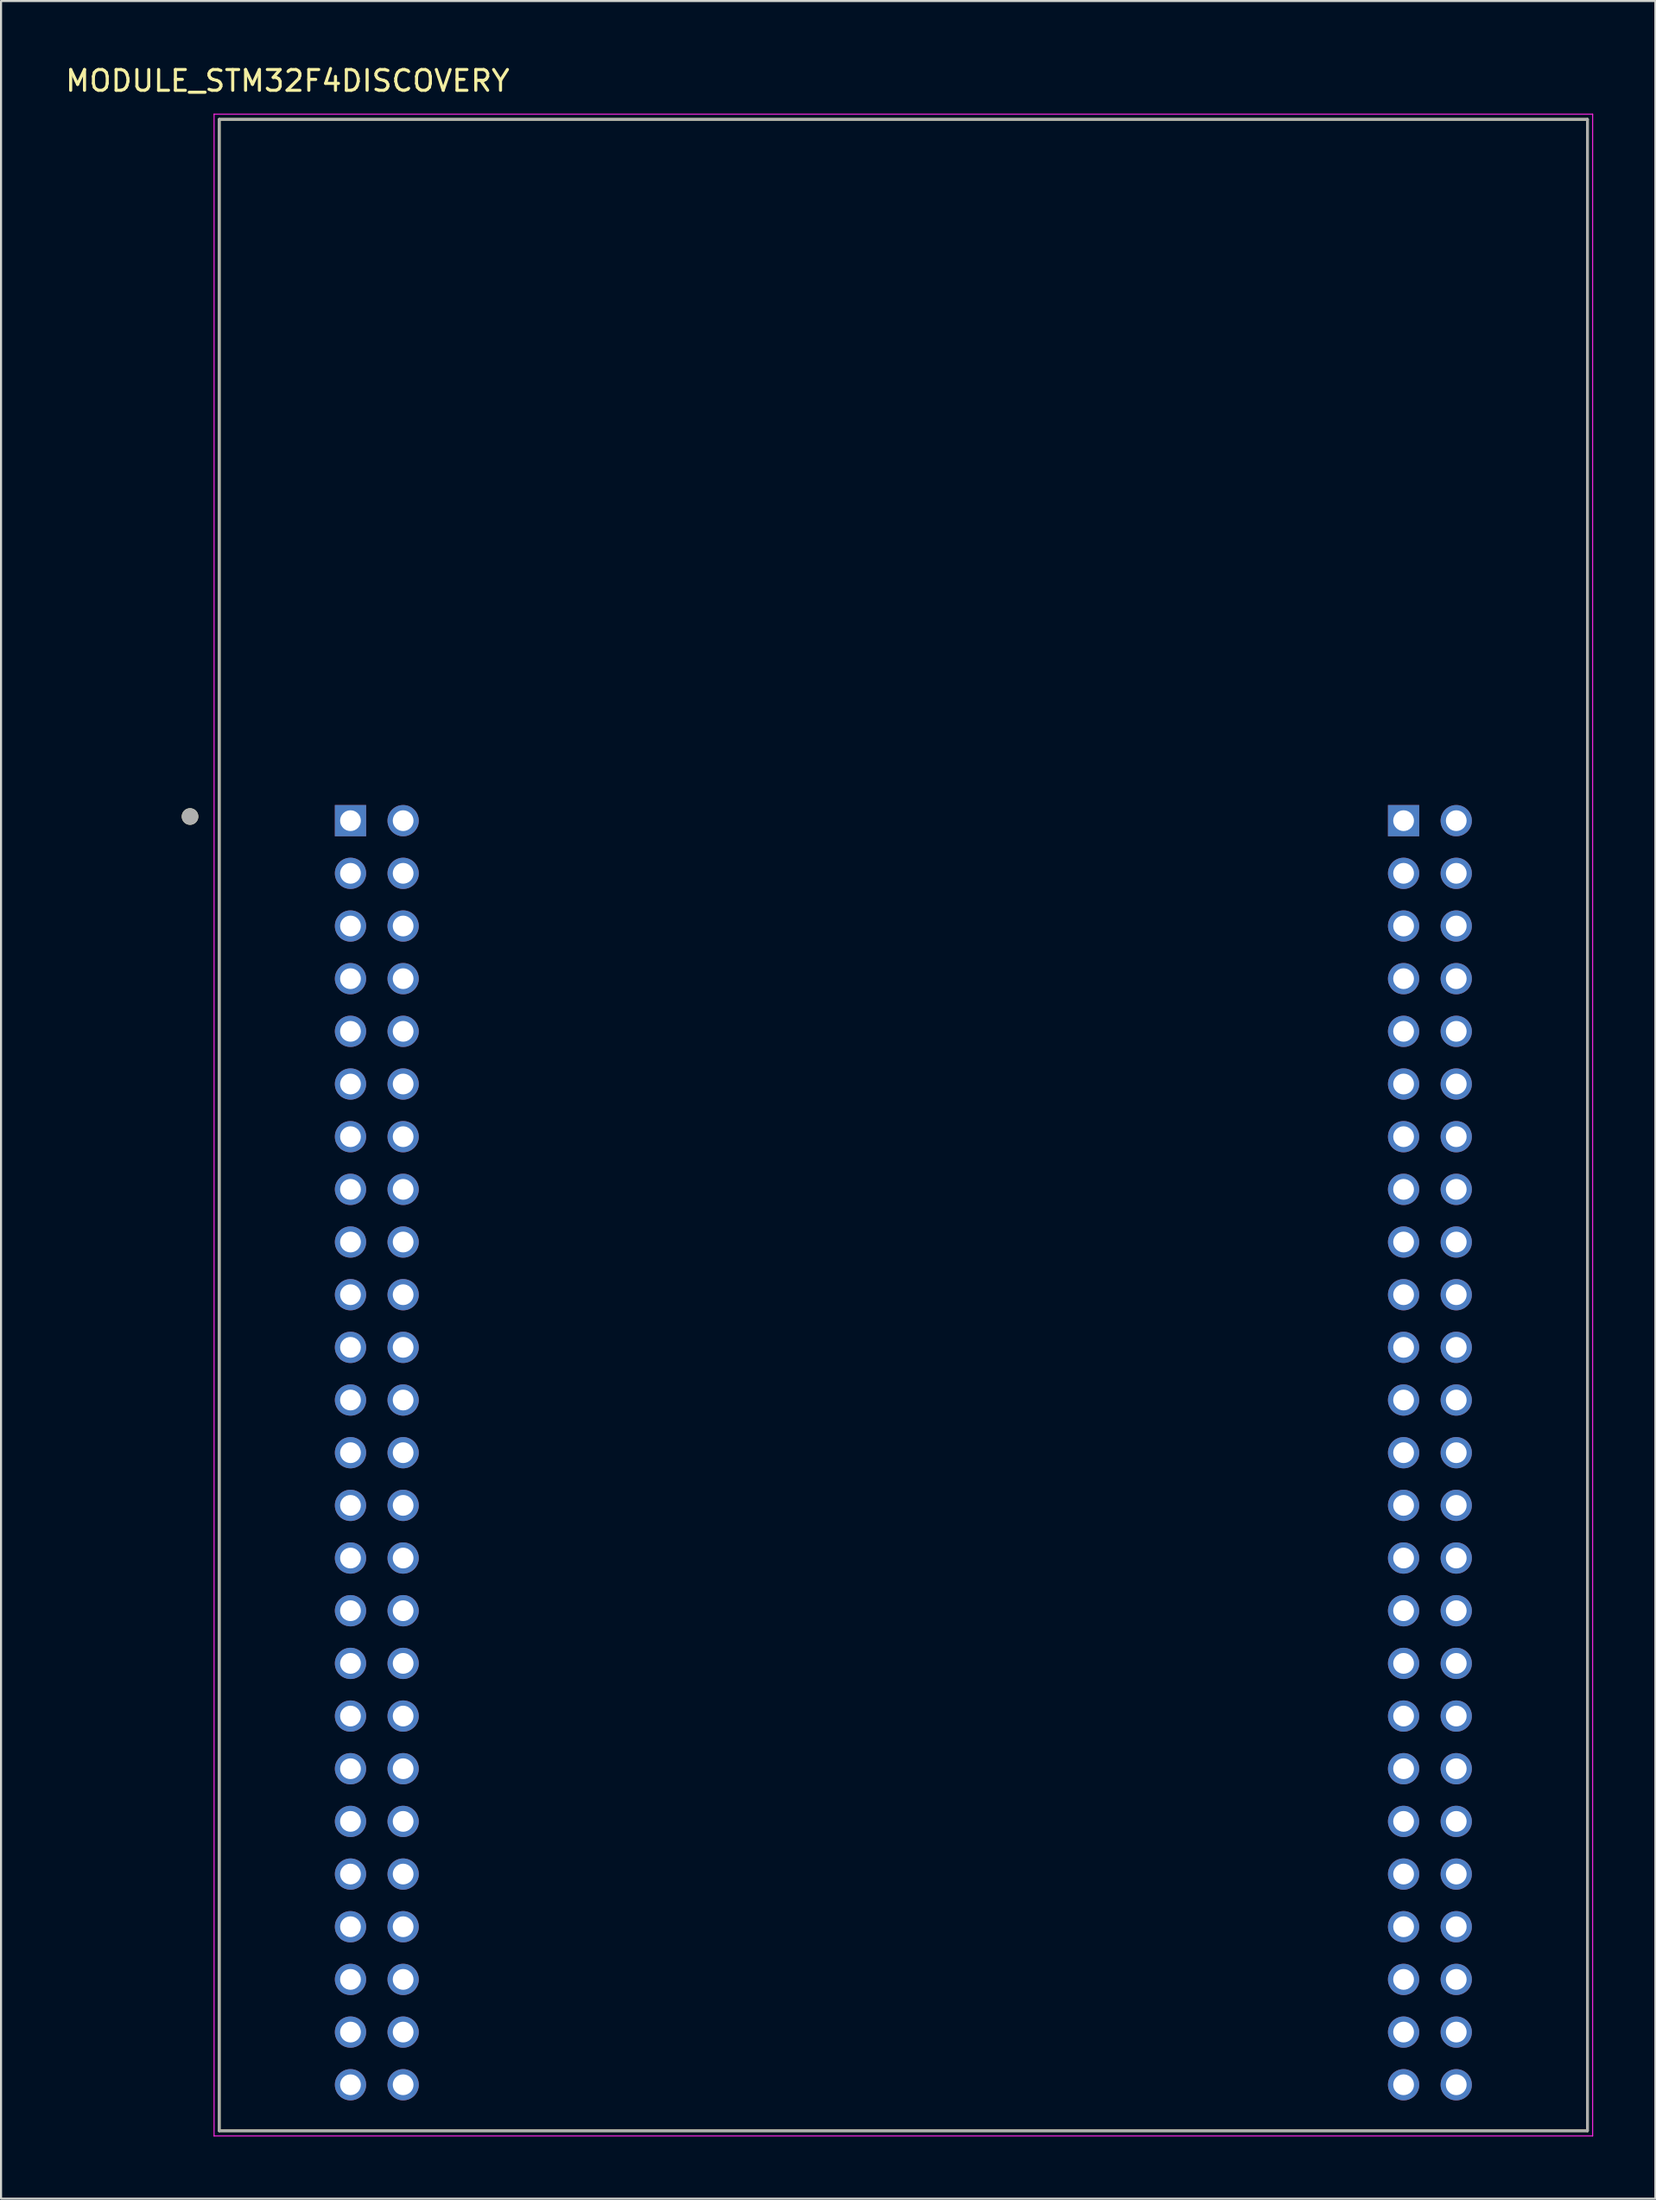
<source format=kicad_pcb>
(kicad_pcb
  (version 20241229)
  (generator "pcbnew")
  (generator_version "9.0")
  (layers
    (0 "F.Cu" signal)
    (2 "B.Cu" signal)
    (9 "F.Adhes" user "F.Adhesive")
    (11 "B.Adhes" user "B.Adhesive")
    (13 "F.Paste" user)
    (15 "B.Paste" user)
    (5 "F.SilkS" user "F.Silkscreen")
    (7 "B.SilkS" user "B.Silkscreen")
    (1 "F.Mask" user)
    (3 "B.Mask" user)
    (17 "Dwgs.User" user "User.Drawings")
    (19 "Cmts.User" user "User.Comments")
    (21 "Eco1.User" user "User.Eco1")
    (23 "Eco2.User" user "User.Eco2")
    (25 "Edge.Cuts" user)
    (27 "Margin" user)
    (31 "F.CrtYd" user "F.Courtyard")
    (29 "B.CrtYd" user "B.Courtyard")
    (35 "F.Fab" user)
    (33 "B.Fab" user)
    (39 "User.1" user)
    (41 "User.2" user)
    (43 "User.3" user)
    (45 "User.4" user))
  (footprint "MODULE_STM32F4DISCOVERY"
    (layer "F.Cu")
    (at 40.527 51.206)
    (property "Reference" "MODULE_STM32F4DISCOVERY" (at -29.705 -50.358 0) (layer "F.SilkS") (effects (font (size 1.001 1.001) (thickness 0.15))))
    (attr through_hole)
    (fp_line (start -33 -48.5) (end 33 -48.5) (stroke (width 0.127) (type solid)) (layer "F.SilkS"))
    (fp_line (start -33 48.5) (end -33 -48.5) (stroke (width 0.127) (type solid)) (layer "F.SilkS"))
    (fp_line (start -33 48.5) (end 33 48.5) (stroke (width 0.127) (type solid)) (layer "F.SilkS"))
    (fp_line (start 33 48.5) (end 33 -48.5) (stroke (width 0.127) (type solid)) (layer "F.SilkS"))
    (fp_circle (center -34.41 -14.88) (end -34.21 -14.88) (stroke (width 0.4) (type solid)) (fill no) (layer "F.SilkS"))
    (fp_line (start -33.25 -48.75) (end -33.25 48.75) (stroke (width 0.05) (type solid)) (layer "F.CrtYd"))
    (fp_line (start -33.25 48.75) (end 33.25 48.75) (stroke (width 0.05) (type solid)) (layer "F.CrtYd"))
    (fp_line (start 33.25 -48.75) (end -33.25 -48.75) (stroke (width 0.05) (type solid)) (layer "F.CrtYd"))
    (fp_line (start 33.25 48.75) (end 33.25 -48.75) (stroke (width 0.05) (type solid)) (layer "F.CrtYd"))
    (fp_line (start -33 -48.5) (end 33 -48.5) (stroke (width 0.127) (type solid)) (layer "F.Fab"))
    (fp_line (start -33 48.5) (end -33 -48.5) (stroke (width 0.127) (type solid)) (layer "F.Fab"))
    (fp_line (start -33 48.5) (end 33 48.5) (stroke (width 0.127) (type solid)) (layer "F.Fab"))
    (fp_line (start 33 48.5) (end 33 -48.5) (stroke (width 0.127) (type solid)) (layer "F.Fab"))
    (fp_circle (center -34.41 -14.88) (end -34.21 -14.88) (stroke (width 0.4) (type solid)) (fill no) (layer "F.Fab"))
    (pad "P1_1" thru_hole rect (at -26.67 -14.68) (size 1.508 1.508) (drill 1) (layers "*.Cu" "*.Mask"))
    (pad "P1_2" thru_hole circle (at -24.13 -14.68) (size 1.508 1.508) (drill 1) (layers "*.Cu" "*.Mask"))
    (pad "P1_3" thru_hole circle (at -26.67 -12.14) (size 1.508 1.508) (drill 1) (layers "*.Cu" "*.Mask"))
    (pad "P1_4" thru_hole circle (at -24.13 -12.14) (size 1.508 1.508) (drill 1) (layers "*.Cu" "*.Mask"))
    (pad "P1_5" thru_hole circle (at -26.67 -9.6) (size 1.508 1.508) (drill 1) (layers "*.Cu" "*.Mask"))
    (pad "P1_6" thru_hole circle (at -24.13 -9.6) (size 1.508 1.508) (drill 1) (layers "*.Cu" "*.Mask"))
    (pad "P1_7" thru_hole circle (at -26.67 -7.06) (size 1.508 1.508) (drill 1) (layers "*.Cu" "*.Mask"))
    (pad "P1_8" thru_hole circle (at -24.13 -7.06) (size 1.508 1.508) (drill 1) (layers "*.Cu" "*.Mask"))
    (pad "P1_9" thru_hole circle (at -26.67 -4.52) (size 1.508 1.508) (drill 1) (layers "*.Cu" "*.Mask"))
    (pad "P1_10" thru_hole circle (at -24.13 -4.52) (size 1.508 1.508) (drill 1) (layers "*.Cu" "*.Mask"))
    (pad "P1_11" thru_hole circle (at -26.67 -1.98) (size 1.508 1.508) (drill 1) (layers "*.Cu" "*.Mask"))
    (pad "P1_12" thru_hole circle (at -24.13 -1.98) (size 1.508 1.508) (drill 1) (layers "*.Cu" "*.Mask"))
    (pad "P1_13" thru_hole circle (at -26.67 0.56) (size 1.508 1.508) (drill 1) (layers "*.Cu" "*.Mask"))
    (pad "P1_14" thru_hole circle (at -24.13 0.56) (size 1.508 1.508) (drill 1) (layers "*.Cu" "*.Mask"))
    (pad "P1_15" thru_hole circle (at -26.67 3.1) (size 1.508 1.508) (drill 1) (layers "*.Cu" "*.Mask"))
    (pad "P1_16" thru_hole circle (at -24.13 3.1) (size 1.508 1.508) (drill 1) (layers "*.Cu" "*.Mask"))
    (pad "P1_17" thru_hole circle (at -26.67 5.64) (size 1.508 1.508) (drill 1) (layers "*.Cu" "*.Mask"))
    (pad "P1_18" thru_hole circle (at -24.13 5.64) (size 1.508 1.508) (drill 1) (layers "*.Cu" "*.Mask"))
    (pad "P1_19" thru_hole circle (at -26.67 8.18) (size 1.508 1.508) (drill 1) (layers "*.Cu" "*.Mask"))
    (pad "P1_20" thru_hole circle (at -24.13 8.18) (size 1.508 1.508) (drill 1) (layers "*.Cu" "*.Mask"))
    (pad "P1_21" thru_hole circle (at -26.67 10.72) (size 1.508 1.508) (drill 1) (layers "*.Cu" "*.Mask"))
    (pad "P1_22" thru_hole circle (at -24.13 10.72) (size 1.508 1.508) (drill 1) (layers "*.Cu" "*.Mask"))
    (pad "P1_23" thru_hole circle (at -26.67 13.26) (size 1.508 1.508) (drill 1) (layers "*.Cu" "*.Mask"))
    (pad "P1_24" thru_hole circle (at -24.13 13.26) (size 1.508 1.508) (drill 1) (layers "*.Cu" "*.Mask"))
    (pad "P1_25" thru_hole circle (at -26.67 15.8) (size 1.508 1.508) (drill 1) (layers "*.Cu" "*.Mask"))
    (pad "P1_26" thru_hole circle (at -24.13 15.8) (size 1.508 1.508) (drill 1) (layers "*.Cu" "*.Mask"))
    (pad "P1_27" thru_hole circle (at -26.67 18.34) (size 1.508 1.508) (drill 1) (layers "*.Cu" "*.Mask"))
    (pad "P1_28" thru_hole circle (at -24.13 18.34) (size 1.508 1.508) (drill 1) (layers "*.Cu" "*.Mask"))
    (pad "P1_29" thru_hole circle (at -26.67 20.88) (size 1.508 1.508) (drill 1) (layers "*.Cu" "*.Mask"))
    (pad "P1_30" thru_hole circle (at -24.13 20.88) (size 1.508 1.508) (drill 1) (layers "*.Cu" "*.Mask"))
    (pad "P1_31" thru_hole circle (at -26.67 23.42) (size 1.508 1.508) (drill 1) (layers "*.Cu" "*.Mask"))
    (pad "P1_32" thru_hole circle (at -24.13 23.42) (size 1.508 1.508) (drill 1) (layers "*.Cu" "*.Mask"))
    (pad "P1_33" thru_hole circle (at -26.67 25.96) (size 1.508 1.508) (drill 1) (layers "*.Cu" "*.Mask"))
    (pad "P1_34" thru_hole circle (at -24.13 25.96) (size 1.508 1.508) (drill 1) (layers "*.Cu" "*.Mask"))
    (pad "P1_35" thru_hole circle (at -26.67 28.5) (size 1.508 1.508) (drill 1) (layers "*.Cu" "*.Mask"))
    (pad "P1_36" thru_hole circle (at -24.13 28.5) (size 1.508 1.508) (drill 1) (layers "*.Cu" "*.Mask"))
    (pad "P1_37" thru_hole circle (at -26.67 31.04) (size 1.508 1.508) (drill 1) (layers "*.Cu" "*.Mask"))
    (pad "P1_38" thru_hole circle (at -24.13 31.04) (size 1.508 1.508) (drill 1) (layers "*.Cu" "*.Mask"))
    (pad "P1_39" thru_hole circle (at -26.67 33.58) (size 1.508 1.508) (drill 1) (layers "*.Cu" "*.Mask"))
    (pad "P1_40" thru_hole circle (at -24.13 33.58) (size 1.508 1.508) (drill 1) (layers "*.Cu" "*.Mask"))
    (pad "P1_41" thru_hole circle (at -26.67 36.12) (size 1.508 1.508) (drill 1) (layers "*.Cu" "*.Mask"))
    (pad "P1_42" thru_hole circle (at -24.13 36.12) (size 1.508 1.508) (drill 1) (layers "*.Cu" "*.Mask"))
    (pad "P1_43" thru_hole circle (at -26.67 38.66) (size 1.508 1.508) (drill 1) (layers "*.Cu" "*.Mask"))
    (pad "P1_44" thru_hole circle (at -24.13 38.66) (size 1.508 1.508) (drill 1) (layers "*.Cu" "*.Mask"))
    (pad "P1_45" thru_hole circle (at -26.67 41.2) (size 1.508 1.508) (drill 1) (layers "*.Cu" "*.Mask"))
    (pad "P1_46" thru_hole circle (at -24.13 41.2) (size 1.508 1.508) (drill 1) (layers "*.Cu" "*.Mask"))
    (pad "P1_47" thru_hole circle (at -26.67 43.74) (size 1.508 1.508) (drill 1) (layers "*.Cu" "*.Mask"))
    (pad "P1_48" thru_hole circle (at -24.13 43.74) (size 1.508 1.508) (drill 1) (layers "*.Cu" "*.Mask"))
    (pad "P1_49" thru_hole circle (at -26.67 46.28) (size 1.508 1.508) (drill 1) (layers "*.Cu" "*.Mask"))
    (pad "P1_50" thru_hole circle (at -24.13 46.28) (size 1.508 1.508) (drill 1) (layers "*.Cu" "*.Mask"))
    (pad "P2_1" thru_hole rect (at 24.13 -14.68) (size 1.508 1.508) (drill 1) (layers "*.Cu" "*.Mask"))
    (pad "P2_2" thru_hole circle (at 26.67 -14.68) (size 1.508 1.508) (drill 1) (layers "*.Cu" "*.Mask"))
    (pad "P2_3" thru_hole circle (at 24.13 -12.14) (size 1.508 1.508) (drill 1) (layers "*.Cu" "*.Mask"))
    (pad "P2_4" thru_hole circle (at 26.67 -12.14) (size 1.508 1.508) (drill 1) (layers "*.Cu" "*.Mask"))
    (pad "P2_5" thru_hole circle (at 24.13 -9.6) (size 1.508 1.508) (drill 1) (layers "*.Cu" "*.Mask"))
    (pad "P2_6" thru_hole circle (at 26.67 -9.6) (size 1.508 1.508) (drill 1) (layers "*.Cu" "*.Mask"))
    (pad "P2_7" thru_hole circle (at 24.13 -7.06) (size 1.508 1.508) (drill 1) (layers "*.Cu" "*.Mask"))
    (pad "P2_8" thru_hole circle (at 26.67 -7.06) (size 1.508 1.508) (drill 1) (layers "*.Cu" "*.Mask"))
    (pad "P2_9" thru_hole circle (at 24.13 -4.52) (size 1.508 1.508) (drill 1) (layers "*.Cu" "*.Mask"))
    (pad "P2_10" thru_hole circle (at 26.67 -4.52) (size 1.508 1.508) (drill 1) (layers "*.Cu" "*.Mask"))
    (pad "P2_11" thru_hole circle (at 24.13 -1.98) (size 1.508 1.508) (drill 1) (layers "*.Cu" "*.Mask"))
    (pad "P2_12" thru_hole circle (at 26.67 -1.98) (size 1.508 1.508) (drill 1) (layers "*.Cu" "*.Mask"))
    (pad "P2_13" thru_hole circle (at 24.13 0.56) (size 1.508 1.508) (drill 1) (layers "*.Cu" "*.Mask"))
    (pad "P2_14" thru_hole circle (at 26.67 0.56) (size 1.508 1.508) (drill 1) (layers "*.Cu" "*.Mask"))
    (pad "P2_15" thru_hole circle (at 24.13 3.1) (size 1.508 1.508) (drill 1) (layers "*.Cu" "*.Mask"))
    (pad "P2_16" thru_hole circle (at 26.67 3.1) (size 1.508 1.508) (drill 1) (layers "*.Cu" "*.Mask"))
    (pad "P2_17" thru_hole circle (at 24.13 5.64) (size 1.508 1.508) (drill 1) (layers "*.Cu" "*.Mask"))
    (pad "P2_18" thru_hole circle (at 26.67 5.64) (size 1.508 1.508) (drill 1) (layers "*.Cu" "*.Mask"))
    (pad "P2_19" thru_hole circle (at 24.13 8.18) (size 1.508 1.508) (drill 1) (layers "*.Cu" "*.Mask"))
    (pad "P2_20" thru_hole circle (at 26.67 8.18) (size 1.508 1.508) (drill 1) (layers "*.Cu" "*.Mask"))
    (pad "P2_21" thru_hole circle (at 24.13 10.72) (size 1.508 1.508) (drill 1) (layers "*.Cu" "*.Mask"))
    (pad "P2_22" thru_hole circle (at 26.67 10.72) (size 1.508 1.508) (drill 1) (layers "*.Cu" "*.Mask"))
    (pad "P2_23" thru_hole circle (at 24.13 13.26) (size 1.508 1.508) (drill 1) (layers "*.Cu" "*.Mask"))
    (pad "P2_24" thru_hole circle (at 26.67 13.26) (size 1.508 1.508) (drill 1) (layers "*.Cu" "*.Mask"))
    (pad "P2_25" thru_hole circle (at 24.13 15.8) (size 1.508 1.508) (drill 1) (layers "*.Cu" "*.Mask"))
    (pad "P2_26" thru_hole circle (at 26.67 15.8) (size 1.508 1.508) (drill 1) (layers "*.Cu" "*.Mask"))
    (pad "P2_27" thru_hole circle (at 24.13 18.34) (size 1.508 1.508) (drill 1) (layers "*.Cu" "*.Mask"))
    (pad "P2_28" thru_hole circle (at 26.67 18.34) (size 1.508 1.508) (drill 1) (layers "*.Cu" "*.Mask"))
    (pad "P2_29" thru_hole circle (at 24.13 20.88) (size 1.508 1.508) (drill 1) (layers "*.Cu" "*.Mask"))
    (pad "P2_30" thru_hole circle (at 26.67 20.88) (size 1.508 1.508) (drill 1) (layers "*.Cu" "*.Mask"))
    (pad "P2_31" thru_hole circle (at 24.13 23.42) (size 1.508 1.508) (drill 1) (layers "*.Cu" "*.Mask"))
    (pad "P2_32" thru_hole circle (at 26.67 23.42) (size 1.508 1.508) (drill 1) (layers "*.Cu" "*.Mask"))
    (pad "P2_33" thru_hole circle (at 24.13 25.96) (size 1.508 1.508) (drill 1) (layers "*.Cu" "*.Mask"))
    (pad "P2_34" thru_hole circle (at 26.67 25.96) (size 1.508 1.508) (drill 1) (layers "*.Cu" "*.Mask"))
    (pad "P2_35" thru_hole circle (at 24.13 28.5) (size 1.508 1.508) (drill 1) (layers "*.Cu" "*.Mask"))
    (pad "P2_36" thru_hole circle (at 26.67 28.5) (size 1.508 1.508) (drill 1) (layers "*.Cu" "*.Mask"))
    (pad "P2_37" thru_hole circle (at 24.13 31.04) (size 1.508 1.508) (drill 1) (layers "*.Cu" "*.Mask"))
    (pad "P2_38" thru_hole circle (at 26.67 31.04) (size 1.508 1.508) (drill 1) (layers "*.Cu" "*.Mask"))
    (pad "P2_39" thru_hole circle (at 24.13 33.58) (size 1.508 1.508) (drill 1) (layers "*.Cu" "*.Mask"))
    (pad "P2_40" thru_hole circle (at 26.67 33.58) (size 1.508 1.508) (drill 1) (layers "*.Cu" "*.Mask"))
    (pad "P2_41" thru_hole circle (at 24.13 36.12) (size 1.508 1.508) (drill 1) (layers "*.Cu" "*.Mask"))
    (pad "P2_42" thru_hole circle (at 26.67 36.12) (size 1.508 1.508) (drill 1) (layers "*.Cu" "*.Mask"))
    (pad "P2_43" thru_hole circle (at 24.13 38.66) (size 1.508 1.508) (drill 1) (layers "*.Cu" "*.Mask"))
    (pad "P2_44" thru_hole circle (at 26.67 38.66) (size 1.508 1.508) (drill 1) (layers "*.Cu" "*.Mask"))
    (pad "P2_45" thru_hole circle (at 24.13 41.2) (size 1.508 1.508) (drill 1) (layers "*.Cu" "*.Mask"))
    (pad "P2_46" thru_hole circle (at 26.67 41.2) (size 1.508 1.508) (drill 1) (layers "*.Cu" "*.Mask"))
    (pad "P2_47" thru_hole circle (at 24.13 43.74) (size 1.508 1.508) (drill 1) (layers "*.Cu" "*.Mask"))
    (pad "P2_48" thru_hole circle (at 26.67 43.74) (size 1.508 1.508) (drill 1) (layers "*.Cu" "*.Mask"))
    (pad "P2_49" thru_hole circle (at 24.13 46.28) (size 1.508 1.508) (drill 1) (layers "*.Cu" "*.Mask"))
    (pad "P2_50" thru_hole circle (at 26.67 46.28) (size 1.508 1.508) (drill 1) (layers "*.Cu" "*.Mask")))
  (gr_rect
    (start -3 -3)
    (end 76.802 102.981)
    (stroke (width 0.1) (type default))
    (fill no)
    (layer "Edge.Cuts")))
</source>
